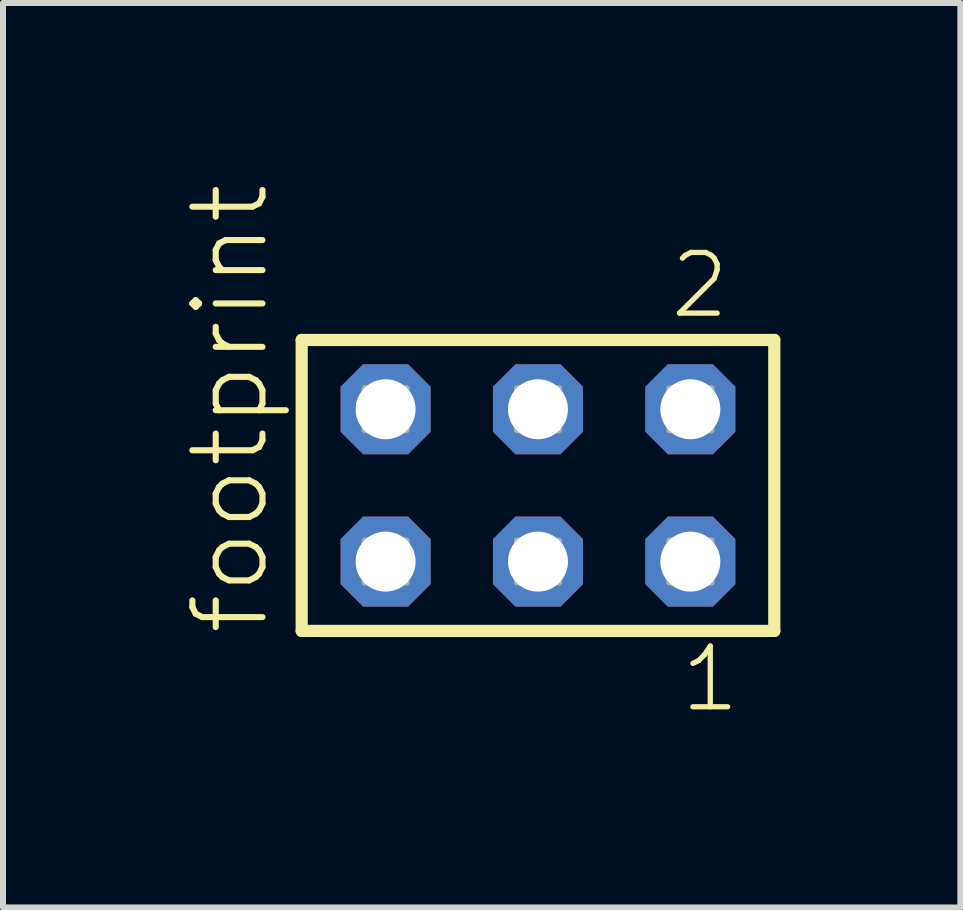
<source format=kicad_pcb>
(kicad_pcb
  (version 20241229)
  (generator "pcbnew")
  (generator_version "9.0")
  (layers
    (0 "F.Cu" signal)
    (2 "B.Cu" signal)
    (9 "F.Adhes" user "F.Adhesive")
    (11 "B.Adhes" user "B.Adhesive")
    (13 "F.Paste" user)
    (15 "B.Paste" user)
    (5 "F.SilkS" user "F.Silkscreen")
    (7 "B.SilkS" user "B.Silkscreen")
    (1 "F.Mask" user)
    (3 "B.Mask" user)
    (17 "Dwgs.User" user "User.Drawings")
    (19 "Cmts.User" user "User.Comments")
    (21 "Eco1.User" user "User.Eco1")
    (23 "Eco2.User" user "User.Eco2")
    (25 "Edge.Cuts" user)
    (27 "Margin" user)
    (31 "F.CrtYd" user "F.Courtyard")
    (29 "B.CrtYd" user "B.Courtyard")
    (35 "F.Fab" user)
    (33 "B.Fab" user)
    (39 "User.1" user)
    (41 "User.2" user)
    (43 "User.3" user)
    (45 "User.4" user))
  (footprint "footprint"
    (layer "F.Cu")
    (at 5.918 5.042)
    (property "Reference" "footprint" (at -4.445 2.54 90) (layer "F.SilkS") (effects (font (size 1.168 1.168) (thickness 0.102)) (justify left bottom)))
    (fp_line (start -3.939 -2.425) (end 3.939 -2.425) (stroke (width 0.203) (type solid)) (layer "F.SilkS"))
    (fp_line (start -3.939 2.425) (end -3.939 -2.425) (stroke (width 0.203) (type solid)) (layer "F.SilkS"))
    (fp_line (start 3.939 -2.425) (end 3.939 2.425) (stroke (width 0.203) (type solid)) (layer "F.SilkS"))
    (fp_line (start 3.939 2.425) (end -3.939 2.425) (stroke (width 0.203) (type solid)) (layer "F.SilkS"))
    (fp_poly (pts (xy -2.89 -0.92) (xy -2.19 -0.92) (xy -2.19 -1.62) (xy -2.89 -1.62)) (stroke (width 0.1) (type solid)) (fill no) (layer "F.Fab"))
    (fp_poly (pts (xy -2.89 1.62) (xy -2.19 1.62) (xy -2.19 0.92) (xy -2.89 0.92)) (stroke (width 0.1) (type solid)) (fill no) (layer "F.Fab"))
    (fp_poly (pts (xy -0.35 -0.92) (xy 0.35 -0.92) (xy 0.35 -1.62) (xy -0.35 -1.62)) (stroke (width 0.1) (type solid)) (fill no) (layer "F.Fab"))
    (fp_poly (pts (xy -0.35 1.62) (xy 0.35 1.62) (xy 0.35 0.92) (xy -0.35 0.92)) (stroke (width 0.1) (type solid)) (fill no) (layer "F.Fab"))
    (fp_poly (pts (xy 2.19 -0.92) (xy 2.89 -0.92) (xy 2.89 -1.62) (xy 2.19 -1.62)) (stroke (width 0.1) (type solid)) (fill no) (layer "F.Fab"))
    (fp_poly (pts (xy 2.19 1.62) (xy 2.89 1.62) (xy 2.89 0.92) (xy 2.19 0.92)) (stroke (width 0.1) (type solid)) (fill no) (layer "F.Fab"))
    (fp_text user "1" (at 2.332 3.818 0) (layer "F.SilkS") (effects (font (size 1.012 1.012) (thickness 0.088)) (justify left bottom)))
    (fp_text user "2" (at 2.157 -2.744 0) (layer "F.SilkS") (effects (font (size 1.012 1.012) (thickness 0.088)) (justify left bottom)))
    (pad "1" thru_hole roundrect (at 2.54 1.27 180) (size 1.5 1.5) (drill 1) (layers "*.Cu" "*.Mask") (roundrect_rratio 0.25) (chamfer_ratio 0.25) (chamfer top_left top_right bottom_left bottom_right))
    (pad "2" thru_hole roundrect (at 2.54 -1.27 180) (size 1.5 1.5) (drill 1) (layers "*.Cu" "*.Mask") (roundrect_rratio 0.25) (chamfer_ratio 0.25) (chamfer top_left top_right bottom_left bottom_right))
    (pad "3" thru_hole roundrect (at 0 1.27 180) (size 1.5 1.5) (drill 1) (layers "*.Cu" "*.Mask") (roundrect_rratio 0.25) (chamfer_ratio 0.25) (chamfer top_left top_right bottom_left bottom_right))
    (pad "4" thru_hole roundrect (at 0 -1.27 180) (size 1.5 1.5) (drill 1) (layers "*.Cu" "*.Mask") (roundrect_rratio 0.25) (chamfer_ratio 0.25) (chamfer top_left top_right bottom_left bottom_right))
    (pad "5" thru_hole roundrect (at -2.54 1.27 180) (size 1.5 1.5) (drill 1) (layers "*.Cu" "*.Mask") (roundrect_rratio 0.25) (chamfer_ratio 0.25) (chamfer top_left top_right bottom_left bottom_right))
    (pad "6" thru_hole roundrect (at -2.54 -1.27 180) (size 1.5 1.5) (drill 1) (layers "*.Cu" "*.Mask") (roundrect_rratio 0.25) (chamfer_ratio 0.25) (chamfer top_left top_right bottom_left bottom_right)))
  (gr_rect
    (start -3 -3)
    (end 12.959 12.077)
    (stroke (width 0.1) (type default))
    (fill no)
    (layer "Edge.Cuts")))
</source>
